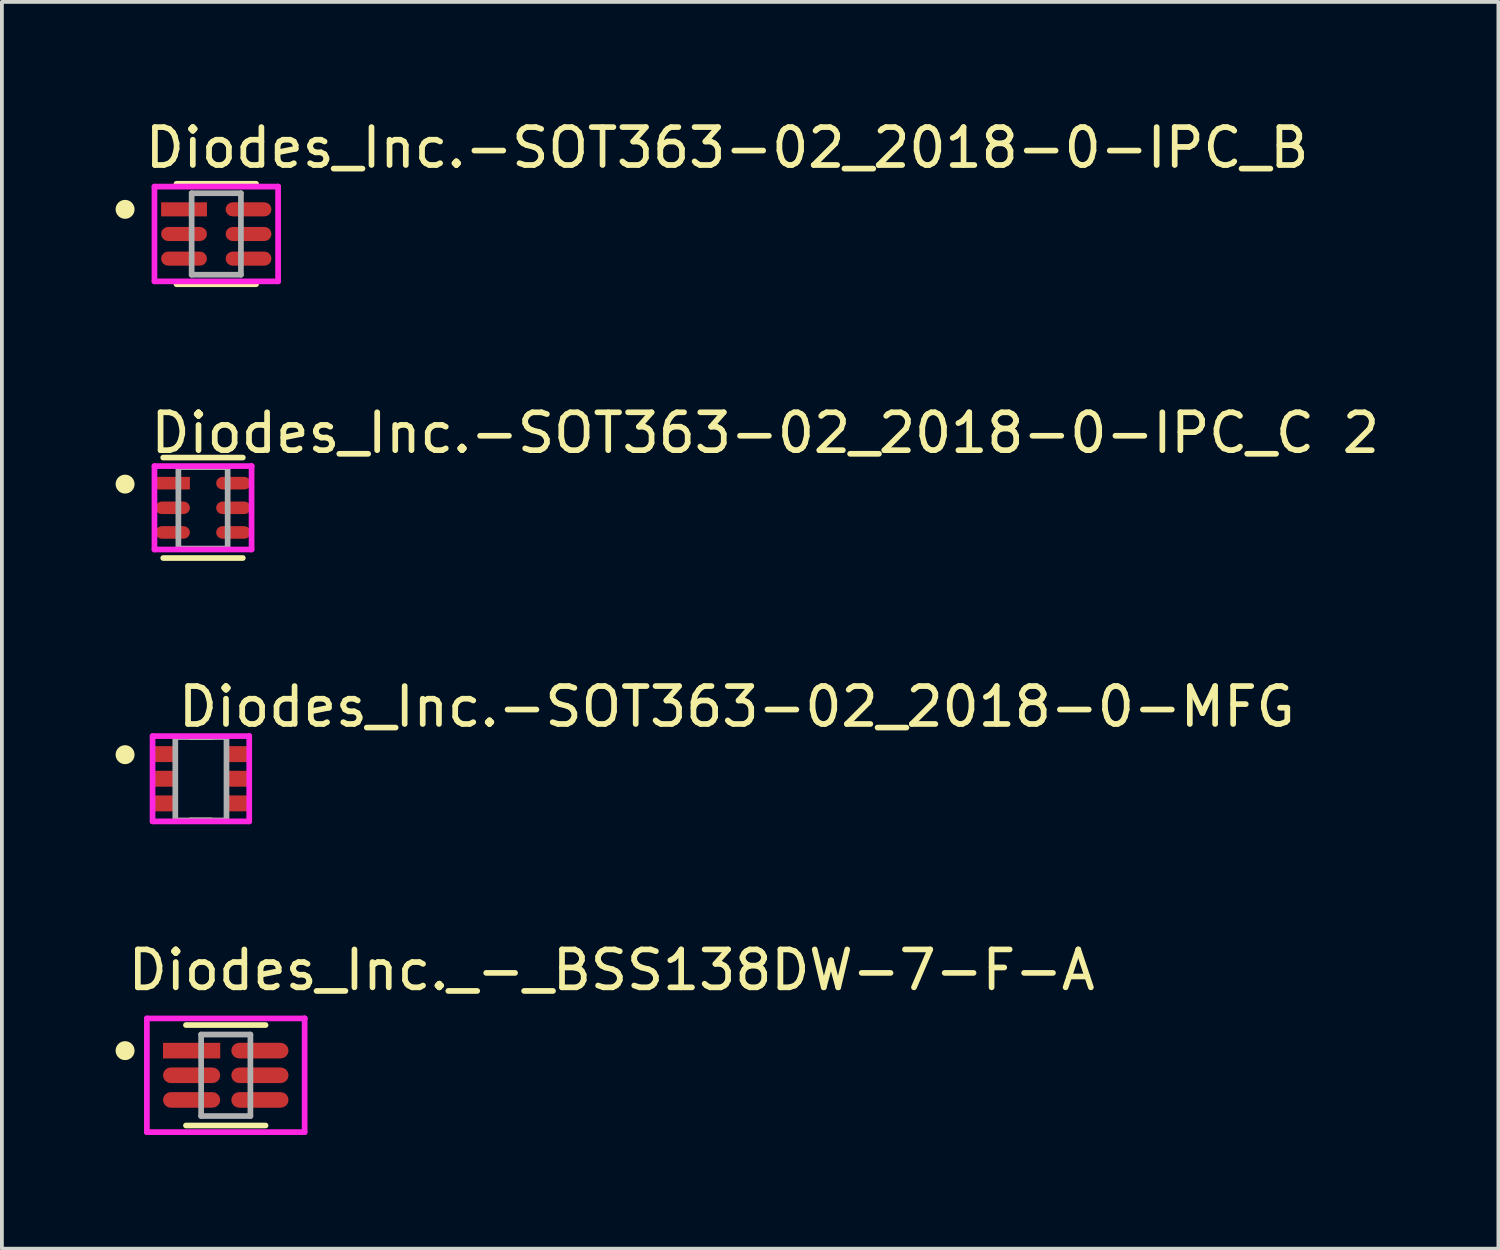
<source format=kicad_pcb>
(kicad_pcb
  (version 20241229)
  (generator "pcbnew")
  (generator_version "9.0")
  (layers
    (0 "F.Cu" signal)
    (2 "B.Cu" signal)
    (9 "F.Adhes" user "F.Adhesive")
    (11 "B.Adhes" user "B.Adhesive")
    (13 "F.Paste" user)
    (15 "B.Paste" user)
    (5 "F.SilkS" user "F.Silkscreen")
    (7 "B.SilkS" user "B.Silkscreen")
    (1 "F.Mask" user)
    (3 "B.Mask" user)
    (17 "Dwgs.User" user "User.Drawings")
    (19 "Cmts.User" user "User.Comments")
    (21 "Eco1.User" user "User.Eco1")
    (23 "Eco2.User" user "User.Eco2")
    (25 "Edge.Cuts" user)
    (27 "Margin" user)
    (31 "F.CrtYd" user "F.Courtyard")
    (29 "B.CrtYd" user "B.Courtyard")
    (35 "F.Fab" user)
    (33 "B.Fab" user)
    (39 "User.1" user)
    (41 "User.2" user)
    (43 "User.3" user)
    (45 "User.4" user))
  (footprint "Diodes_Inc.-SOT363-02_2018-0-MFG"
    (layer "F.Cu")
    (at 2.25 17.495)
    (property "Reference" "Diodes_Inc.-SOT363-02_2018-0-MFG" (at -0.675 -1.9 0) (layer "F.SilkS") (effects (font (size 1 1) (thickness 0.15)) (justify left)))
    (attr through_hole)
    (fp_line (start -0.275 -1.1) (end 0.275 -1.1) (stroke (width 0.15) (type solid)) (layer "F.SilkS"))
    (fp_line (start -0.275 1.1) (end 0.275 1.1) (stroke (width 0.15) (type solid)) (layer "F.SilkS"))
    (fp_circle (center -2 -0.635) (end -1.875 -0.635) (stroke (width 0.25) (type solid)) (fill no) (layer "F.SilkS"))
    (fp_line (start -1.275 -1.125) (end -1.275 1.125) (stroke (width 0.15) (type solid)) (layer "F.CrtYd"))
    (fp_line (start -1.275 1.125) (end 1.275 1.125) (stroke (width 0.15) (type solid)) (layer "F.CrtYd"))
    (fp_line (start 1.275 -1.125) (end -1.275 -1.125) (stroke (width 0.15) (type solid)) (layer "F.CrtYd"))
    (fp_line (start 1.275 -1.125) (end 1.275 -1.125) (stroke (width 0.15) (type solid)) (layer "F.CrtYd"))
    (fp_line (start 1.275 1.125) (end 1.275 -1.125) (stroke (width 0.15) (type solid)) (layer "F.CrtYd"))
    (fp_line (start -0.675 -1.1) (end 0.675 -1.1) (stroke (width 0.15) (type solid)) (layer "F.Fab"))
    (fp_line (start -0.675 1.1) (end -0.675 -1.1) (stroke (width 0.15) (type solid)) (layer "F.Fab"))
    (fp_line (start 0.675 -1.1) (end 0.675 1.1) (stroke (width 0.15) (type solid)) (layer "F.Fab"))
    (fp_line (start 0.675 1.1) (end -0.675 1.1) (stroke (width 0.15) (type solid)) (layer "F.Fab"))
    (pad "1" smd rect (at -0.95 -0.65) (size 0.6 0.42) (layers "F.Cu" "F.Mask" "F.Paste"))
    (pad "2" smd rect (at -0.95 0) (size 0.6 0.42) (layers "F.Cu" "F.Mask" "F.Paste"))
    (pad "3" smd rect (at -0.95 0.65) (size 0.6 0.42) (layers "F.Cu" "F.Mask" "F.Paste"))
    (pad "4" smd rect (at 0.95 0.65) (size 0.6 0.42) (layers "F.Cu" "F.Mask" "F.Paste"))
    (pad "5" smd rect (at 0.95 0) (size 0.6 0.42) (layers "F.Cu" "F.Mask" "F.Paste"))
    (pad "6" smd rect (at 0.95 -0.65) (size 0.6 0.42) (layers "F.Cu" "F.Mask" "F.Paste")))
  (footprint "Diodes_Inc.-SOT363-02_2018-0-IPC_C 2"
    (layer "F.Cu")
    (at 2.306 10.347)
    (property "Reference" "Diodes_Inc.-SOT363-02_2018-0-IPC_C 2" (at -1.456 -1.975 0) (layer "F.SilkS") (effects (font (size 1 1) (thickness 0.15)) (justify left)))
    (attr through_hole)
    (fp_line (start -1.05 -1.325) (end 1.05 -1.325) (stroke (width 0.15) (type solid)) (layer "F.SilkS"))
    (fp_line (start -1.05 1.325) (end 1.05 1.325) (stroke (width 0.15) (type solid)) (layer "F.SilkS"))
    (fp_circle (center -2.056 -0.625) (end -1.931 -0.625) (stroke (width 0.25) (type solid)) (fill no) (layer "F.SilkS"))
    (fp_line (start -1.281 -1.1) (end -1.281 1.1) (stroke (width 0.15) (type solid)) (layer "F.CrtYd"))
    (fp_line (start -1.281 1.1) (end 1.281 1.1) (stroke (width 0.15) (type solid)) (layer "F.CrtYd"))
    (fp_line (start 1.281 -1.1) (end -1.281 -1.1) (stroke (width 0.15) (type solid)) (layer "F.CrtYd"))
    (fp_line (start 1.281 -1.1) (end 1.281 -1.1) (stroke (width 0.15) (type solid)) (layer "F.CrtYd"))
    (fp_line (start 1.281 1.1) (end 1.281 -1.1) (stroke (width 0.15) (type solid)) (layer "F.CrtYd"))
    (fp_line (start -0.65 -1.075) (end 0.65 -1.075) (stroke (width 0.15) (type solid)) (layer "F.Fab"))
    (fp_line (start -0.65 1.075) (end -0.65 -1.075) (stroke (width 0.15) (type solid)) (layer "F.Fab"))
    (fp_line (start 0.65 -1.075) (end 0.65 1.075) (stroke (width 0.15) (type solid)) (layer "F.Fab"))
    (fp_line (start 0.65 1.075) (end -0.65 1.075) (stroke (width 0.15) (type solid)) (layer "F.Fab"))
    (pad "1" smd rect (at -0.801 -0.65) (size 0.91 0.332) (layers "F.Cu" "F.Mask" "F.Paste"))
    (pad "2" smd roundrect (at -0.801 0) (size 0.91 0.332) (layers "F.Cu" "F.Mask" "F.Paste") (roundrect_rratio 0.5))
    (pad "3" smd roundrect (at -0.801 0.65) (size 0.91 0.332) (layers "F.Cu" "F.Mask" "F.Paste") (roundrect_rratio 0.5))
    (pad "4" smd roundrect (at 0.801 0.65) (size 0.91 0.332) (layers "F.Cu" "F.Mask" "F.Paste") (roundrect_rratio 0.5))
    (pad "5" smd roundrect (at 0.801 0) (size 0.91 0.332) (layers "F.Cu" "F.Mask" "F.Paste") (roundrect_rratio 0.5))
    (pad "6" smd roundrect (at 0.801 -0.65) (size 0.91 0.332) (layers "F.Cu" "F.Mask" "F.Paste") (roundrect_rratio 0.5)))
  (footprint "Diodes_Inc._-_BSS138DW-7-F-A"
    (layer "F.Cu")
    (at 2.906 25.318)
    (property "Reference" "Diodes_Inc._-_BSS138DW-7-F-A" (at -2.656 -2.775 0) (layer "F.SilkS") (effects (font (size 1 1) (thickness 0.15)) (justify left)))
    (attr through_hole)
    (fp_line (start -1.05 -1.325) (end 1.05 -1.325) (stroke (width 0.15) (type solid)) (layer "F.SilkS"))
    (fp_line (start -1.05 1.325) (end 1.05 1.325) (stroke (width 0.15) (type solid)) (layer "F.SilkS"))
    (fp_circle (center -2.656 -0.65) (end -2.531 -0.65) (stroke (width 0.25) (type solid)) (fill no) (layer "F.SilkS"))
    (fp_line (start -2.081 -1.5) (end -2.081 1.5) (stroke (width 0.15) (type solid)) (layer "F.CrtYd"))
    (fp_line (start -2.081 1.5) (end 2.081 1.5) (stroke (width 0.15) (type solid)) (layer "F.CrtYd"))
    (fp_line (start 2.081 -1.5) (end -2.081 -1.5) (stroke (width 0.15) (type solid)) (layer "F.CrtYd"))
    (fp_line (start 2.081 -1.5) (end 2.081 -1.5) (stroke (width 0.15) (type solid)) (layer "F.CrtYd"))
    (fp_line (start 2.081 1.5) (end 2.081 -1.5) (stroke (width 0.15) (type solid)) (layer "F.CrtYd"))
    (fp_line (start -0.65 -1.075) (end 0.65 -1.075) (stroke (width 0.15) (type solid)) (layer "F.Fab"))
    (fp_line (start -0.65 1.075) (end -0.65 -1.075) (stroke (width 0.15) (type solid)) (layer "F.Fab"))
    (fp_line (start 0.65 -1.075) (end 0.65 1.075) (stroke (width 0.15) (type solid)) (layer "F.Fab"))
    (fp_line (start 0.65 1.075) (end -0.65 1.075) (stroke (width 0.15) (type solid)) (layer "F.Fab"))
    (pad "1" smd rect (at -0.901 -0.65) (size 1.51 0.412) (layers "F.Cu" "F.Mask" "F.Paste"))
    (pad "2" smd roundrect (at -0.901 0) (size 1.51 0.412) (layers "F.Cu" "F.Mask" "F.Paste") (roundrect_rratio 0.5))
    (pad "3" smd roundrect (at -0.901 0.65) (size 1.51 0.412) (layers "F.Cu" "F.Mask" "F.Paste") (roundrect_rratio 0.5))
    (pad "4" smd roundrect (at 0.901 0.65) (size 1.51 0.412) (layers "F.Cu" "F.Mask" "F.Paste") (roundrect_rratio 0.5))
    (pad "5" smd roundrect (at 0.901 0) (size 1.51 0.412) (layers "F.Cu" "F.Mask" "F.Paste") (roundrect_rratio 0.5))
    (pad "6" smd roundrect (at 0.901 -0.65) (size 1.51 0.412) (layers "F.Cu" "F.Mask" "F.Paste") (roundrect_rratio 0.5)))
  (footprint "Diodes_Inc.-SOT363-02_2018-0-IPC_B"
    (layer "F.Cu")
    (at 2.656 3.123)
    (property "Reference" "Diodes_Inc.-SOT363-02_2018-0-IPC_B" (at -1.956 -2.275 0) (layer "F.SilkS") (effects (font (size 1 1) (thickness 0.15)) (justify left)))
    (attr through_hole)
    (fp_line (start -1.05 -1.325) (end 1.05 -1.325) (stroke (width 0.15) (type solid)) (layer "F.SilkS"))
    (fp_line (start -1.05 1.325) (end 1.05 1.325) (stroke (width 0.15) (type solid)) (layer "F.SilkS"))
    (fp_circle (center -2.406 -0.65) (end -2.281 -0.65) (stroke (width 0.25) (type solid)) (fill no) (layer "F.SilkS"))
    (fp_line (start -1.631 -1.25) (end -1.631 1.25) (stroke (width 0.15) (type solid)) (layer "F.CrtYd"))
    (fp_line (start -1.631 1.25) (end 1.631 1.25) (stroke (width 0.15) (type solid)) (layer "F.CrtYd"))
    (fp_line (start 1.631 -1.25) (end -1.631 -1.25) (stroke (width 0.15) (type solid)) (layer "F.CrtYd"))
    (fp_line (start 1.631 -1.25) (end 1.631 -1.25) (stroke (width 0.15) (type solid)) (layer "F.CrtYd"))
    (fp_line (start 1.631 1.25) (end 1.631 -1.25) (stroke (width 0.15) (type solid)) (layer "F.CrtYd"))
    (fp_line (start -0.65 -1.075) (end 0.65 -1.075) (stroke (width 0.15) (type solid)) (layer "F.Fab"))
    (fp_line (start -0.65 1.075) (end -0.65 -1.075) (stroke (width 0.15) (type solid)) (layer "F.Fab"))
    (fp_line (start 0.65 -1.075) (end 0.65 1.075) (stroke (width 0.15) (type solid)) (layer "F.Fab"))
    (fp_line (start 0.65 1.075) (end -0.65 1.075) (stroke (width 0.15) (type solid)) (layer "F.Fab"))
    (pad "1" smd rect (at -0.851 -0.65) (size 1.21 0.372) (layers "F.Cu" "F.Mask" "F.Paste"))
    (pad "2" smd roundrect (at -0.851 0) (size 1.21 0.372) (layers "F.Cu" "F.Mask" "F.Paste") (roundrect_rratio 0.5))
    (pad "3" smd roundrect (at -0.851 0.65) (size 1.21 0.372) (layers "F.Cu" "F.Mask" "F.Paste") (roundrect_rratio 0.5))
    (pad "4" smd roundrect (at 0.851 0.65) (size 1.21 0.372) (layers "F.Cu" "F.Mask" "F.Paste") (roundrect_rratio 0.5))
    (pad "5" smd roundrect (at 0.851 0) (size 1.21 0.372) (layers "F.Cu" "F.Mask" "F.Paste") (roundrect_rratio 0.5))
    (pad "6" smd roundrect (at 0.851 -0.65) (size 1.21 0.372) (layers "F.Cu" "F.Mask" "F.Paste") (roundrect_rratio 0.5)))
  (gr_rect
    (start -3 -3)
    (end 36.481 29.893)
    (stroke (width 0.1) (type default))
    (fill no)
    (layer "Edge.Cuts")))
</source>
